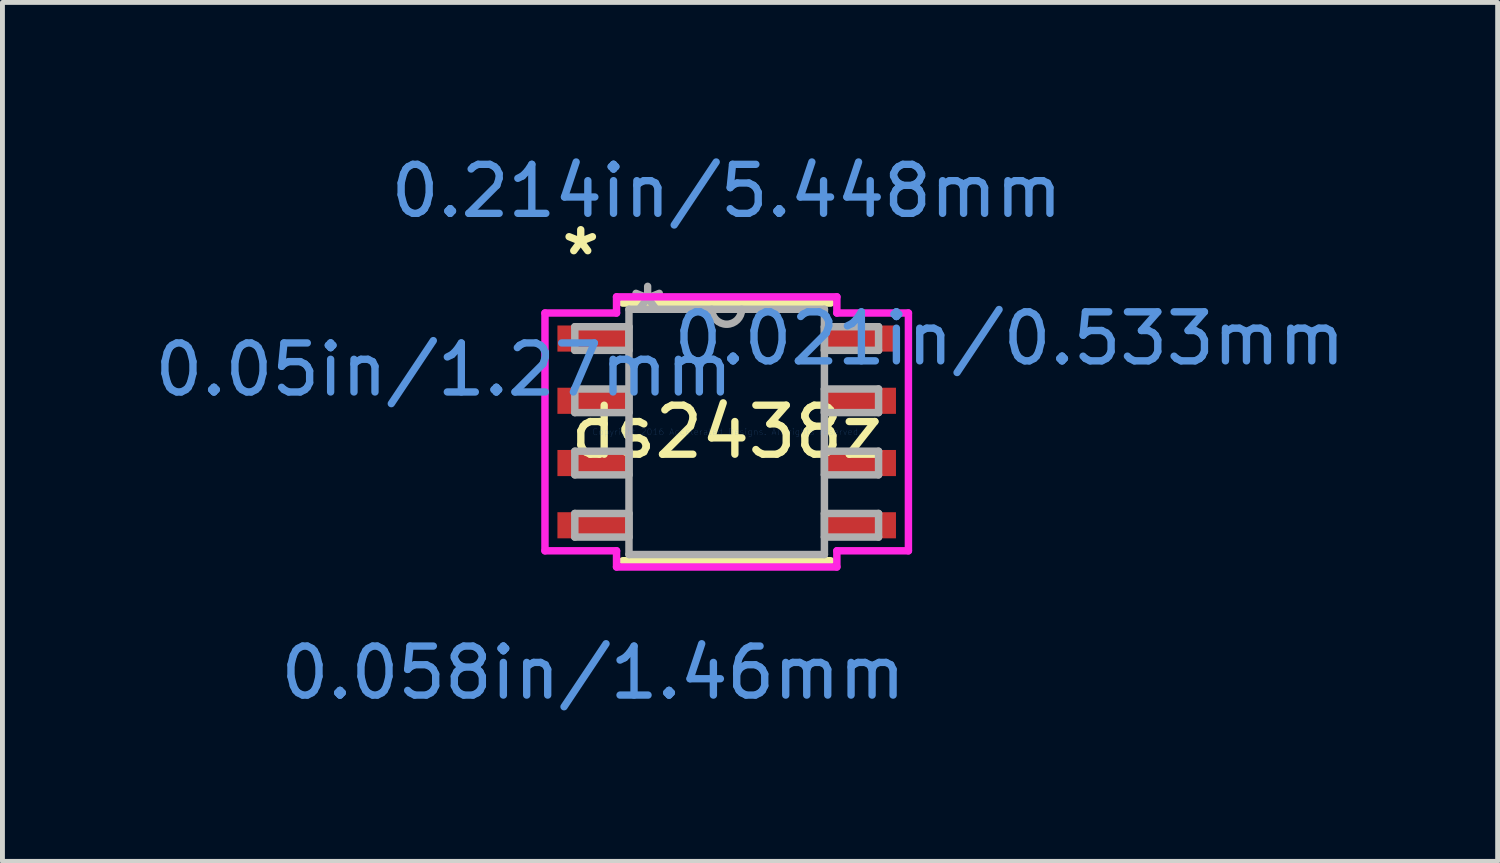
<source format=kicad_pcb>
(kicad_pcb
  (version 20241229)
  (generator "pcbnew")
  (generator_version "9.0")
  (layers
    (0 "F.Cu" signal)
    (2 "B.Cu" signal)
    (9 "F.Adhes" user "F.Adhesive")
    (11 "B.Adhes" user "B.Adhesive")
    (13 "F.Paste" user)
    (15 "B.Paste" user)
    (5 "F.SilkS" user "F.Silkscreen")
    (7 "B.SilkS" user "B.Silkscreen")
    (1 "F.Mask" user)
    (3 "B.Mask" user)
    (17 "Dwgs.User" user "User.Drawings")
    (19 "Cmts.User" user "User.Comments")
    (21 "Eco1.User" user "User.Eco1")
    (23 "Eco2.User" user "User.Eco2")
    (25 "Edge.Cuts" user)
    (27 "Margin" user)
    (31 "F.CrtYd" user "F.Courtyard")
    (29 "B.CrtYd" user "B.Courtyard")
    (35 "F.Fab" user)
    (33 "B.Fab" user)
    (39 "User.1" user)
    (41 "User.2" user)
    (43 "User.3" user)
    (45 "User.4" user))
  (footprint "ds2438z"
    (layer "F.Cu")
    (at 11.778 5.763)
    (property "Reference" "ds2438z" (at 0 0 0) (layer "F.SilkS") (effects (font (size 1 1) (thickness 0.15))))
    (attr through_hole)
    (fp_line (start -2.121 2.629) (end 2.121 2.629) (stroke (width 0.152) (type solid)) (layer "F.SilkS"))
    (fp_line (start 2.121 -2.629) (end -2.121 -2.629) (stroke (width 0.152) (type solid)) (layer "F.SilkS"))
    (fp_line (start -3.708 -2.426) (end -2.248 -2.426) (stroke (width 0.152) (type solid)) (layer "F.CrtYd"))
    (fp_line (start -3.708 2.426) (end -3.708 -2.426) (stroke (width 0.152) (type solid)) (layer "F.CrtYd"))
    (fp_line (start -3.708 2.426) (end -2.248 2.426) (stroke (width 0.152) (type solid)) (layer "F.CrtYd"))
    (fp_line (start -2.248 -2.756) (end 2.248 -2.756) (stroke (width 0.152) (type solid)) (layer "F.CrtYd"))
    (fp_line (start -2.248 -2.426) (end -2.248 -2.756) (stroke (width 0.152) (type solid)) (layer "F.CrtYd"))
    (fp_line (start -2.248 2.756) (end -2.248 2.426) (stroke (width 0.152) (type solid)) (layer "F.CrtYd"))
    (fp_line (start 2.248 -2.756) (end 2.248 -2.426) (stroke (width 0.152) (type solid)) (layer "F.CrtYd"))
    (fp_line (start 2.248 2.426) (end 2.248 2.756) (stroke (width 0.152) (type solid)) (layer "F.CrtYd"))
    (fp_line (start 2.248 2.756) (end -2.248 2.756) (stroke (width 0.152) (type solid)) (layer "F.CrtYd"))
    (fp_line (start 3.708 -2.426) (end 2.248 -2.426) (stroke (width 0.152) (type solid)) (layer "F.CrtYd"))
    (fp_line (start 3.708 -2.426) (end 3.708 2.426) (stroke (width 0.152) (type solid)) (layer "F.CrtYd"))
    (fp_line (start 3.708 2.426) (end 2.248 2.426) (stroke (width 0.152) (type solid)) (layer "F.CrtYd"))
    (fp_line (start -3.099 -2.146) (end -3.099 -1.664) (stroke (width 0.152) (type solid)) (layer "F.Fab"))
    (fp_line (start -3.099 -1.664) (end -1.994 -1.664) (stroke (width 0.152) (type solid)) (layer "F.Fab"))
    (fp_line (start -3.099 -0.876) (end -3.099 -0.394) (stroke (width 0.152) (type solid)) (layer "F.Fab"))
    (fp_line (start -3.099 -0.394) (end -1.994 -0.394) (stroke (width 0.152) (type solid)) (layer "F.Fab"))
    (fp_line (start -3.099 0.394) (end -3.099 0.876) (stroke (width 0.152) (type solid)) (layer "F.Fab"))
    (fp_line (start -3.099 0.876) (end -1.994 0.876) (stroke (width 0.152) (type solid)) (layer "F.Fab"))
    (fp_line (start -3.099 1.664) (end -3.099 2.146) (stroke (width 0.152) (type solid)) (layer "F.Fab"))
    (fp_line (start -3.099 2.146) (end -1.994 2.146) (stroke (width 0.152) (type solid)) (layer "F.Fab"))
    (fp_line (start -1.994 -2.502) (end -1.994 2.502) (stroke (width 0.152) (type solid)) (layer "F.Fab"))
    (fp_line (start -1.994 -2.146) (end -3.099 -2.146) (stroke (width 0.152) (type solid)) (layer "F.Fab"))
    (fp_line (start -1.994 -1.664) (end -1.994 -2.146) (stroke (width 0.152) (type solid)) (layer "F.Fab"))
    (fp_line (start -1.994 -0.876) (end -3.099 -0.876) (stroke (width 0.152) (type solid)) (layer "F.Fab"))
    (fp_line (start -1.994 -0.394) (end -1.994 -0.876) (stroke (width 0.152) (type solid)) (layer "F.Fab"))
    (fp_line (start -1.994 0.394) (end -3.099 0.394) (stroke (width 0.152) (type solid)) (layer "F.Fab"))
    (fp_line (start -1.994 0.876) (end -1.994 0.394) (stroke (width 0.152) (type solid)) (layer "F.Fab"))
    (fp_line (start -1.994 1.664) (end -3.099 1.664) (stroke (width 0.152) (type solid)) (layer "F.Fab"))
    (fp_line (start -1.994 2.146) (end -1.994 1.664) (stroke (width 0.152) (type solid)) (layer "F.Fab"))
    (fp_line (start -1.994 2.502) (end 1.994 2.502) (stroke (width 0.152) (type solid)) (layer "F.Fab"))
    (fp_line (start 1.994 -2.502) (end -1.994 -2.502) (stroke (width 0.152) (type solid)) (layer "F.Fab"))
    (fp_line (start 1.994 -2.146) (end 1.994 -1.664) (stroke (width 0.152) (type solid)) (layer "F.Fab"))
    (fp_line (start 1.994 -1.664) (end 3.099 -1.664) (stroke (width 0.152) (type solid)) (layer "F.Fab"))
    (fp_line (start 1.994 -0.876) (end 1.994 -0.394) (stroke (width 0.152) (type solid)) (layer "F.Fab"))
    (fp_line (start 1.994 -0.394) (end 3.099 -0.394) (stroke (width 0.152) (type solid)) (layer "F.Fab"))
    (fp_line (start 1.994 0.394) (end 1.994 0.876) (stroke (width 0.152) (type solid)) (layer "F.Fab"))
    (fp_line (start 1.994 0.876) (end 3.099 0.876) (stroke (width 0.152) (type solid)) (layer "F.Fab"))
    (fp_line (start 1.994 1.664) (end 1.994 2.146) (stroke (width 0.152) (type solid)) (layer "F.Fab"))
    (fp_line (start 1.994 2.146) (end 3.099 2.146) (stroke (width 0.152) (type solid)) (layer "F.Fab"))
    (fp_line (start 1.994 2.502) (end 1.994 -2.502) (stroke (width 0.152) (type solid)) (layer "F.Fab"))
    (fp_line (start 3.099 -2.146) (end 1.994 -2.146) (stroke (width 0.152) (type solid)) (layer "F.Fab"))
    (fp_line (start 3.099 -1.664) (end 3.099 -2.146) (stroke (width 0.152) (type solid)) (layer "F.Fab"))
    (fp_line (start 3.099 -0.876) (end 1.994 -0.876) (stroke (width 0.152) (type solid)) (layer "F.Fab"))
    (fp_line (start 3.099 -0.394) (end 3.099 -0.876) (stroke (width 0.152) (type solid)) (layer "F.Fab"))
    (fp_line (start 3.099 0.394) (end 1.994 0.394) (stroke (width 0.152) (type solid)) (layer "F.Fab"))
    (fp_line (start 3.099 0.876) (end 3.099 0.394) (stroke (width 0.152) (type solid)) (layer "F.Fab"))
    (fp_line (start 3.099 1.664) (end 1.994 1.664) (stroke (width 0.152) (type solid)) (layer "F.Fab"))
    (fp_line (start 3.099 2.146) (end 3.099 1.664) (stroke (width 0.152) (type solid)) (layer "F.Fab"))
    (fp_arc (start 0.3048 -2.5019) (mid 0 -2.1971) (end -0.3048 -2.5019) (stroke (width 0.1524) (type solid)) (layer "F.Fab"))
    (fp_text user "*" (at -2.978 -3.581 0) (layer "F.SilkS") (effects (font (size 1 1) (thickness 0.15))))
    (fp_text user "0.058in/1.46mm" (at -2.724 4.915 0) (layer "Cmts.User") (effects (font (size 1 1) (thickness 0.15))))
    (fp_text user "0.021in/0.533mm" (at 5.772 -1.905 0) (layer "Cmts.User") (effects (font (size 1 1) (thickness 0.15))))
    (fp_text user "0.214in/5.448mm" (at 0 -4.915 0) (layer "Cmts.User") (effects (font (size 1 1) (thickness 0.15))))
    (fp_text user "0.05in/1.27mm" (at -5.772 -1.27 0) (layer "Cmts.User") (effects (font (size 1 1) (thickness 0.15))))
    (fp_text user "Copyright 2016 Accelerated Designs. All rights reserved." (at 0 0 0) (layer "Cmts.User") (effects (font (size 0.127 0.127) (thickness 0.002))))
    (fp_text user "*" (at -1.613 -2.426 0) (layer "F.Fab") (effects (font (size 1 1) (thickness 0.15))))
    (pad "1" smd rect (at -2.724 -1.905) (size 1.46 0.533) (layers "F.Cu" "F.Mask" "F.Paste"))
    (pad "2" smd rect (at -2.724 -0.635) (size 1.46 0.533) (layers "F.Cu" "F.Mask" "F.Paste"))
    (pad "3" smd rect (at -2.724 0.635) (size 1.46 0.533) (layers "F.Cu" "F.Mask" "F.Paste"))
    (pad "4" smd rect (at -2.724 1.905) (size 1.46 0.533) (layers "F.Cu" "F.Mask" "F.Paste"))
    (pad "5" smd rect (at 2.724 1.905) (size 1.46 0.533) (layers "F.Cu" "F.Mask" "F.Paste"))
    (pad "6" smd rect (at 2.724 0.635) (size 1.46 0.533) (layers "F.Cu" "F.Mask" "F.Paste"))
    (pad "7" smd rect (at 2.724 -0.635) (size 1.46 0.533) (layers "F.Cu" "F.Mask" "F.Paste"))
    (pad "8" smd rect (at 2.724 -1.905) (size 1.46 0.533) (layers "F.Cu" "F.Mask" "F.Paste")))
  (gr_rect
    (start -3 -3)
    (end 27.509 14.526)
    (stroke (width 0.1) (type default))
    (fill no)
    (layer "Edge.Cuts")))
</source>
